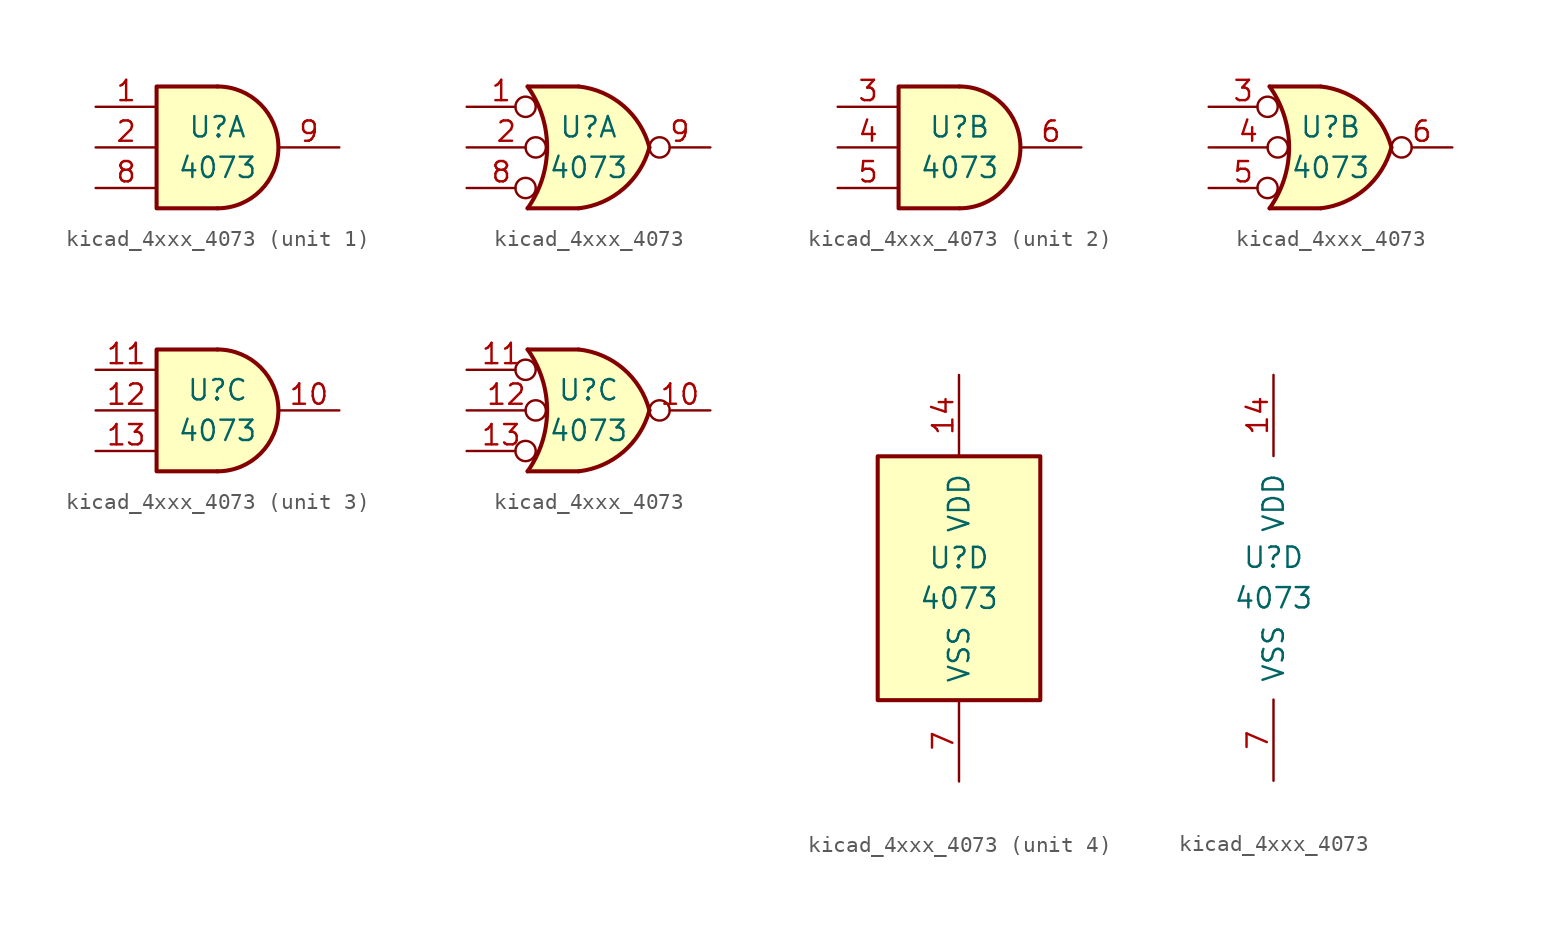
<source format=kicad_sym>
(kicad_symbol_lib
  (version 20220914)
  (generator kicad_symbol_editor)
  (symbol "kicad_4xxx_4073"
    (pin_names
      (offset 1.016))
    (property "Reference" "U"
      (at 0 1.27 0)
      (effects (font (size 1.27 1.27))))
    (property "Value" "4073"
      (at 0 -1.27 0)
      (effects (font (size 1.27 1.27))))
    (property "ki_locked" ""
      (at 0 0 0)
      (effects (font (size 1.27 1.27))))
    (symbol "kicad_4xxx_4073_1_1"
      (arc (start 0 -3.81) (mid 3.7934 0) (end 0 3.81) (stroke (width 0.254) (type default)) (fill (type background)))
      (polyline (pts (xy 0 3.81) (xy -3.81 3.81) (xy -3.81 -3.81) (xy 0 -3.81)) (stroke (width 0.254) (type default)) (fill (type background)))
      (pin input line (at -7.62 2.54 0) (length 3.81) (name "~" (effects (font (size 1.27 1.27)))) (number "1" (effects (font (size 1.27 1.27)))))
      (pin input line (at -7.62 0 0) (length 3.81) (name "~" (effects (font (size 1.27 1.27)))) (number "2" (effects (font (size 1.27 1.27)))))
      (pin input line (at -7.62 -2.54 0) (length 3.81) (name "~" (effects (font (size 1.27 1.27)))) (number "8" (effects (font (size 1.27 1.27)))))
      (pin output line (at 7.62 0 180) (length 3.81) (name "~" (effects (font (size 1.27 1.27)))) (number "9" (effects (font (size 1.27 1.27))))))
    (symbol "kicad_4xxx_4073_1_2"
      (arc (start -3.81 -3.81) (mid -2.589 0) (end -3.81 3.81) (stroke (width 0.254) (type default)) (fill (type none)))
      (arc (start -0.6096 -3.81) (mid 2.1842 -2.5851) (end 3.81 0) (stroke (width 0.254) (type default)) (fill (type background)))
      (polyline (pts (xy -3.81 -3.81) (xy -0.635 -3.81)) (stroke (width 0.254) (type default)) (fill (type background)))
      (polyline (pts (xy -3.81 3.81) (xy -0.635 3.81)) (stroke (width 0.254) (type default)) (fill (type background)))
      (polyline (pts (xy -0.635 3.81) (xy -3.81 3.81) (xy -3.81 3.81) (xy -3.556 3.404) (xy -3.023 2.261) (xy -2.692 1.041) (xy -2.616 -0.254) (xy -2.769 -1.499) (xy -3.175 -2.718) (xy -3.81 -3.81) (xy -3.81 -3.81) (xy -0.635 -3.81)) (stroke (width -25.4) (type default)) (fill (type background)))
      (arc (start 3.81 0) (mid 2.1915 2.5936) (end -0.6096 3.81) (stroke (width 0.254) (type default)) (fill (type background)))
      (pin input inverted (at -7.62 2.54 0) (length 4.318) (name "~" (effects (font (size 1.27 1.27)))) (number "1" (effects (font (size 1.27 1.27)))))
      (pin input inverted (at -7.62 0 0) (length 4.953) (name "~" (effects (font (size 1.27 1.27)))) (number "2" (effects (font (size 1.27 1.27)))))
      (pin input inverted (at -7.62 -2.54 0) (length 4.318) (name "~" (effects (font (size 1.27 1.27)))) (number "8" (effects (font (size 1.27 1.27)))))
      (pin output inverted (at 7.62 0 180) (length 3.81) (name "~" (effects (font (size 1.27 1.27)))) (number "9" (effects (font (size 1.27 1.27))))))
    (symbol "kicad_4xxx_4073_2_1"
      (arc (start 0 -3.81) (mid 3.7934 0) (end 0 3.81) (stroke (width 0.254) (type default)) (fill (type background)))
      (polyline (pts (xy 0 3.81) (xy -3.81 3.81) (xy -3.81 -3.81) (xy 0 -3.81)) (stroke (width 0.254) (type default)) (fill (type background)))
      (pin input line (at -7.62 2.54 0) (length 3.81) (name "~" (effects (font (size 1.27 1.27)))) (number "3" (effects (font (size 1.27 1.27)))))
      (pin input line (at -7.62 0 0) (length 3.81) (name "~" (effects (font (size 1.27 1.27)))) (number "4" (effects (font (size 1.27 1.27)))))
      (pin input line (at -7.62 -2.54 0) (length 3.81) (name "~" (effects (font (size 1.27 1.27)))) (number "5" (effects (font (size 1.27 1.27)))))
      (pin output line (at 7.62 0 180) (length 3.81) (name "~" (effects (font (size 1.27 1.27)))) (number "6" (effects (font (size 1.27 1.27))))))
    (symbol "kicad_4xxx_4073_2_2"
      (arc (start -3.81 -3.81) (mid -2.589 0) (end -3.81 3.81) (stroke (width 0.254) (type default)) (fill (type none)))
      (arc (start -0.6096 -3.81) (mid 2.1842 -2.5851) (end 3.81 0) (stroke (width 0.254) (type default)) (fill (type background)))
      (polyline (pts (xy -3.81 -3.81) (xy -0.635 -3.81)) (stroke (width 0.254) (type default)) (fill (type background)))
      (polyline (pts (xy -3.81 3.81) (xy -0.635 3.81)) (stroke (width 0.254) (type default)) (fill (type background)))
      (polyline (pts (xy -0.635 3.81) (xy -3.81 3.81) (xy -3.81 3.81) (xy -3.556 3.404) (xy -3.023 2.261) (xy -2.692 1.041) (xy -2.616 -0.254) (xy -2.769 -1.499) (xy -3.175 -2.718) (xy -3.81 -3.81) (xy -3.81 -3.81) (xy -0.635 -3.81)) (stroke (width -25.4) (type default)) (fill (type background)))
      (arc (start 3.81 0) (mid 2.1915 2.5936) (end -0.6096 3.81) (stroke (width 0.254) (type default)) (fill (type background)))
      (pin input inverted (at -7.62 2.54 0) (length 4.318) (name "~" (effects (font (size 1.27 1.27)))) (number "3" (effects (font (size 1.27 1.27)))))
      (pin input inverted (at -7.62 0 0) (length 4.953) (name "~" (effects (font (size 1.27 1.27)))) (number "4" (effects (font (size 1.27 1.27)))))
      (pin input inverted (at -7.62 -2.54 0) (length 4.318) (name "~" (effects (font (size 1.27 1.27)))) (number "5" (effects (font (size 1.27 1.27)))))
      (pin output inverted (at 7.62 0 180) (length 3.81) (name "~" (effects (font (size 1.27 1.27)))) (number "6" (effects (font (size 1.27 1.27))))))
    (symbol "kicad_4xxx_4073_3_1"
      (arc (start 0 -3.81) (mid 3.7934 0) (end 0 3.81) (stroke (width 0.254) (type default)) (fill (type background)))
      (polyline (pts (xy 0 3.81) (xy -3.81 3.81) (xy -3.81 -3.81) (xy 0 -3.81)) (stroke (width 0.254) (type default)) (fill (type background)))
      (pin output line (at 7.62 0 180) (length 3.81) (name "~" (effects (font (size 1.27 1.27)))) (number "10" (effects (font (size 1.27 1.27)))))
      (pin input line (at -7.62 2.54 0) (length 3.81) (name "~" (effects (font (size 1.27 1.27)))) (number "11" (effects (font (size 1.27 1.27)))))
      (pin input line (at -7.62 0 0) (length 3.81) (name "~" (effects (font (size 1.27 1.27)))) (number "12" (effects (font (size 1.27 1.27)))))
      (pin input line (at -7.62 -2.54 0) (length 3.81) (name "~" (effects (font (size 1.27 1.27)))) (number "13" (effects (font (size 1.27 1.27))))))
    (symbol "kicad_4xxx_4073_3_2"
      (arc (start -3.81 -3.81) (mid -2.589 0) (end -3.81 3.81) (stroke (width 0.254) (type default)) (fill (type none)))
      (arc (start -0.6096 -3.81) (mid 2.1842 -2.5851) (end 3.81 0) (stroke (width 0.254) (type default)) (fill (type background)))
      (polyline (pts (xy -3.81 -3.81) (xy -0.635 -3.81)) (stroke (width 0.254) (type default)) (fill (type background)))
      (polyline (pts (xy -3.81 3.81) (xy -0.635 3.81)) (stroke (width 0.254) (type default)) (fill (type background)))
      (polyline (pts (xy -0.635 3.81) (xy -3.81 3.81) (xy -3.81 3.81) (xy -3.556 3.404) (xy -3.023 2.261) (xy -2.692 1.041) (xy -2.616 -0.254) (xy -2.769 -1.499) (xy -3.175 -2.718) (xy -3.81 -3.81) (xy -3.81 -3.81) (xy -0.635 -3.81)) (stroke (width -25.4) (type default)) (fill (type background)))
      (arc (start 3.81 0) (mid 2.1915 2.5936) (end -0.6096 3.81) (stroke (width 0.254) (type default)) (fill (type background)))
      (pin output inverted (at 7.62 0 180) (length 3.81) (name "~" (effects (font (size 1.27 1.27)))) (number "10" (effects (font (size 1.27 1.27)))))
      (pin input inverted (at -7.62 2.54 0) (length 4.318) (name "~" (effects (font (size 1.27 1.27)))) (number "11" (effects (font (size 1.27 1.27)))))
      (pin input inverted (at -7.62 0 0) (length 4.953) (name "~" (effects (font (size 1.27 1.27)))) (number "12" (effects (font (size 1.27 1.27)))))
      (pin input inverted (at -7.62 -2.54 0) (length 4.318) (name "~" (effects (font (size 1.27 1.27)))) (number "13" (effects (font (size 1.27 1.27))))))
    (symbol "kicad_4xxx_4073_4_0"
      (pin power_in line (at 0 12.7 270) (length 5.08) (name "VDD" (effects (font (size 1.27 1.27)))) (number "14" (effects (font (size 1.27 1.27)))))
      (pin power_in line (at 0 -12.7 90) (length 5.08) (name "VSS" (effects (font (size 1.27 1.27)))) (number "7" (effects (font (size 1.27 1.27))))))
    (symbol "kicad_4xxx_4073_4_1"
      (rectangle (start -5.08 7.62) (end 5.08 -7.62) (stroke (width 0.254) (type default)) (fill (type background))))))
</source>
